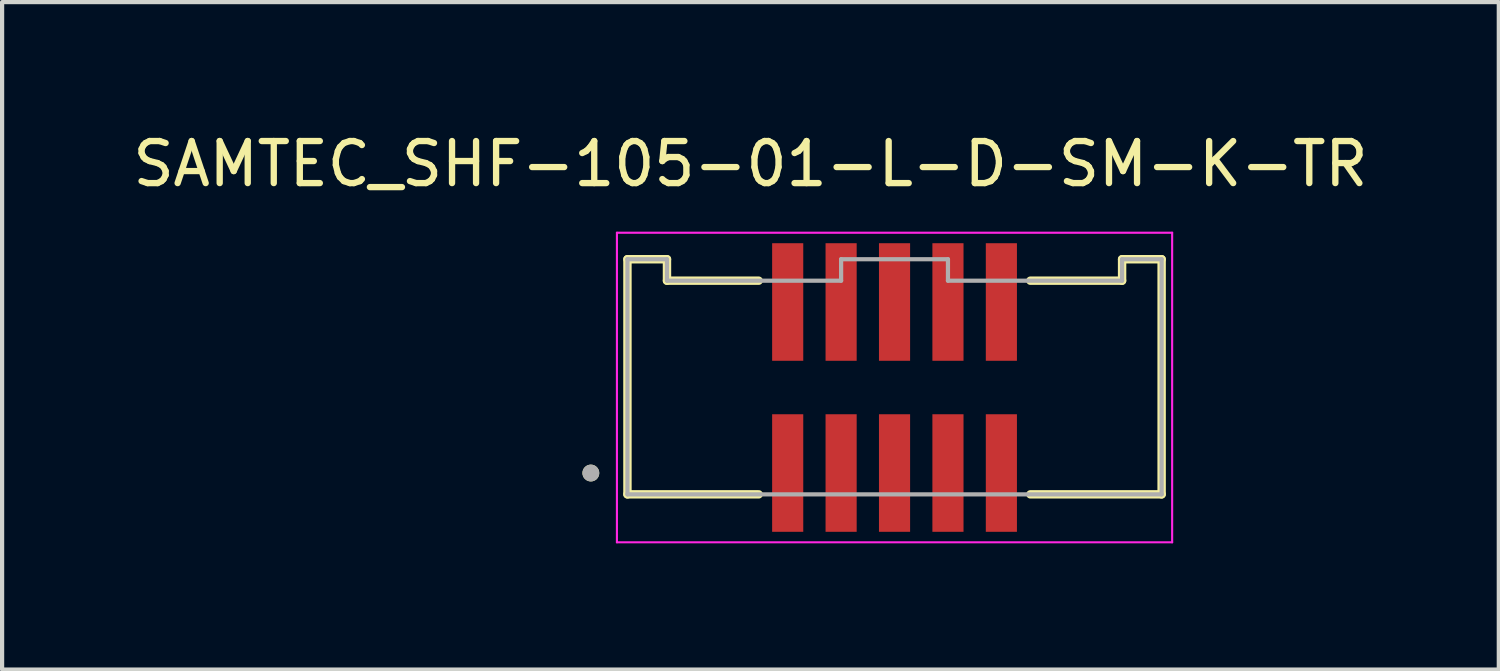
<source format=kicad_pcb>
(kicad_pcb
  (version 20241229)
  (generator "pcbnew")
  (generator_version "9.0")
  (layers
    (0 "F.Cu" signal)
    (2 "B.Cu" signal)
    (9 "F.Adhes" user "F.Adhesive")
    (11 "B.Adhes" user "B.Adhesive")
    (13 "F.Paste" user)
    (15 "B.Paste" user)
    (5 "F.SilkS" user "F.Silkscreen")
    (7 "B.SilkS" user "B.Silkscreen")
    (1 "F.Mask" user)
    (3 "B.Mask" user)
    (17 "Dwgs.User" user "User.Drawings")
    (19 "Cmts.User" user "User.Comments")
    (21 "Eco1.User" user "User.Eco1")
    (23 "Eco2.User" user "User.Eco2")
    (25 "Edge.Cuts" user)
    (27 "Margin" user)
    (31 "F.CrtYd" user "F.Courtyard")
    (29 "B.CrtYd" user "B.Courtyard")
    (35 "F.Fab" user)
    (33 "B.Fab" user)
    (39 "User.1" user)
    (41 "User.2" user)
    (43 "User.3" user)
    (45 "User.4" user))
  (footprint "SAMTEC_SHF-105-01-L-D-SM-K-TR"
    (layer "F.Cu")
    (at 18.217 6.163)
    (property "Reference" "SAMTEC_SHF-105-01-L-D-SM-K-TR" (at -3.425 -5.315 0) (layer "F.SilkS") (effects (font (size 1 1) (thickness 0.15))))
    (attr smd)
    (fp_line (start -6.35 -3.05) (end -5.41 -3.05) (stroke (width 0.2) (type solid)) (layer "F.SilkS"))
    (fp_line (start -6.35 2.54) (end -6.35 -3.05) (stroke (width 0.2) (type solid)) (layer "F.SilkS"))
    (fp_line (start -5.41 -3.05) (end -5.41 -2.54) (stroke (width 0.2) (type solid)) (layer "F.SilkS"))
    (fp_line (start -5.41 -2.54) (end -3.23 -2.54) (stroke (width 0.2) (type solid)) (layer "F.SilkS"))
    (fp_line (start -3.23 2.54) (end -6.35 2.54) (stroke (width 0.2) (type solid)) (layer "F.SilkS"))
    (fp_line (start 3.23 -2.54) (end 5.41 -2.54) (stroke (width 0.2) (type solid)) (layer "F.SilkS"))
    (fp_line (start 5.41 -3.05) (end 6.35 -3.05) (stroke (width 0.2) (type solid)) (layer "F.SilkS"))
    (fp_line (start 5.41 -2.54) (end 5.41 -3.05) (stroke (width 0.2) (type solid)) (layer "F.SilkS"))
    (fp_line (start 6.35 -3.05) (end 6.35 2.54) (stroke (width 0.2) (type solid)) (layer "F.SilkS"))
    (fp_line (start 6.35 2.54) (end 3.23 2.54) (stroke (width 0.2) (type solid)) (layer "F.SilkS"))
    (fp_circle (center -7.22 2.033) (end -7.12 2.033) (stroke (width 0.2) (type solid)) (fill no) (layer "F.SilkS"))
    (fp_line (start -6.6 -3.68) (end -6.6 3.68) (stroke (width 0.05) (type solid)) (layer "F.CrtYd"))
    (fp_line (start -6.6 3.68) (end 6.6 3.68) (stroke (width 0.05) (type solid)) (layer "F.CrtYd"))
    (fp_line (start 6.6 -3.68) (end -6.6 -3.68) (stroke (width 0.05) (type solid)) (layer "F.CrtYd"))
    (fp_line (start 6.6 3.68) (end 6.6 -3.68) (stroke (width 0.05) (type solid)) (layer "F.CrtYd"))
    (fp_line (start -6.35 -3.05) (end -5.41 -3.05) (stroke (width 0.1) (type solid)) (layer "F.Fab"))
    (fp_line (start -6.35 2.54) (end -6.35 -3.05) (stroke (width 0.1) (type solid)) (layer "F.Fab"))
    (fp_line (start -5.41 -3.05) (end -5.41 -2.54) (stroke (width 0.1) (type solid)) (layer "F.Fab"))
    (fp_line (start -5.41 -2.54) (end -1.27 -2.54) (stroke (width 0.1) (type solid)) (layer "F.Fab"))
    (fp_line (start -1.27 -3.05) (end 1.27 -3.05) (stroke (width 0.1) (type solid)) (layer "F.Fab"))
    (fp_line (start -1.27 -2.54) (end -1.27 -3.05) (stroke (width 0.1) (type solid)) (layer "F.Fab"))
    (fp_line (start 1.27 -3.05) (end 1.27 -2.54) (stroke (width 0.1) (type solid)) (layer "F.Fab"))
    (fp_line (start 1.27 -2.54) (end 5.41 -2.54) (stroke (width 0.1) (type solid)) (layer "F.Fab"))
    (fp_line (start 5.41 -3.05) (end 6.35 -3.05) (stroke (width 0.1) (type solid)) (layer "F.Fab"))
    (fp_line (start 5.41 -2.54) (end 5.41 -3.05) (stroke (width 0.1) (type solid)) (layer "F.Fab"))
    (fp_line (start 6.35 -3.05) (end 6.35 2.54) (stroke (width 0.1) (type solid)) (layer "F.Fab"))
    (fp_line (start 6.35 2.54) (end -6.35 2.54) (stroke (width 0.1) (type solid)) (layer "F.Fab"))
    (fp_circle (center -7.22 2.033) (end -7.12 2.033) (stroke (width 0.2) (type solid)) (fill no) (layer "F.Fab"))
    (pad "1" smd rect (at -2.54 2.033) (size 0.74 2.795) (layers "F.Cu" "F.Mask" "F.Paste"))
    (pad "2" smd rect (at -2.54 -2.033) (size 0.74 2.795) (layers "F.Cu" "F.Mask" "F.Paste"))
    (pad "3" smd rect (at -1.27 2.033) (size 0.74 2.795) (layers "F.Cu" "F.Mask" "F.Paste"))
    (pad "4" smd rect (at -1.27 -2.033) (size 0.74 2.795) (layers "F.Cu" "F.Mask" "F.Paste"))
    (pad "5" smd rect (at 0 2.033) (size 0.74 2.795) (layers "F.Cu" "F.Mask" "F.Paste"))
    (pad "6" smd rect (at 0 -2.033) (size 0.74 2.795) (layers "F.Cu" "F.Mask" "F.Paste"))
    (pad "7" smd rect (at 1.27 2.033) (size 0.74 2.795) (layers "F.Cu" "F.Mask" "F.Paste"))
    (pad "8" smd rect (at 1.27 -2.033) (size 0.74 2.795) (layers "F.Cu" "F.Mask" "F.Paste"))
    (pad "9" smd rect (at 2.54 2.033) (size 0.74 2.795) (layers "F.Cu" "F.Mask" "F.Paste"))
    (pad "10" smd rect (at 2.54 -2.033) (size 0.74 2.795) (layers "F.Cu" "F.Mask" "F.Paste")))
  (gr_rect
    (start -3 -3)
    (end 32.583 12.868)
    (stroke (width 0.1) (type default))
    (fill no)
    (layer "Edge.Cuts")))
</source>
